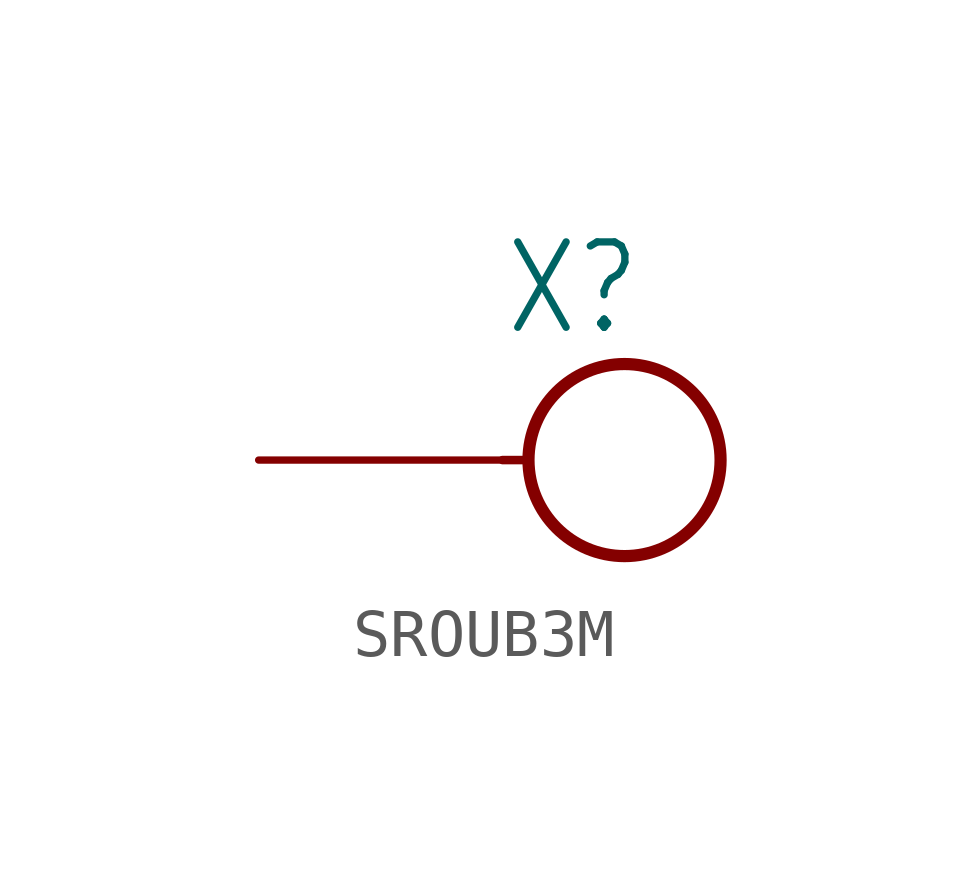
<source format=kicad_sym>
(kicad_symbol_lib
  (version 20211014)
  (generator kicad_symbol_editor)
  (symbol "SROUB3M"
    (property "Reference" "X"
      (at -2.54 2.54 0)
      (effects (font (size 1.778 1.511)) (justify left bottom)))
    (property "ki_locked" ""
      (at 0 0 0)
      (effects (font (size 1.27 1.27))))
    (symbol "SROUB3M_1_0"
      (polyline (pts (xy -2.54 0) (xy -2.032 0)) (stroke (width 0.178) (type default) (color 0 0 0 0)) (fill (type none)))
      (circle (center 0 0) (radius 2) (stroke (width 0.254) (type default) (color 0 0 0 0)) (fill (type none)))
      (pin bidirectional line (at -7.62 0 0) (length 5.08) (name "P$1" (effects (font (size 0 0)))) (number "P$1" (effects (font (size 0 0))))))))
</source>
